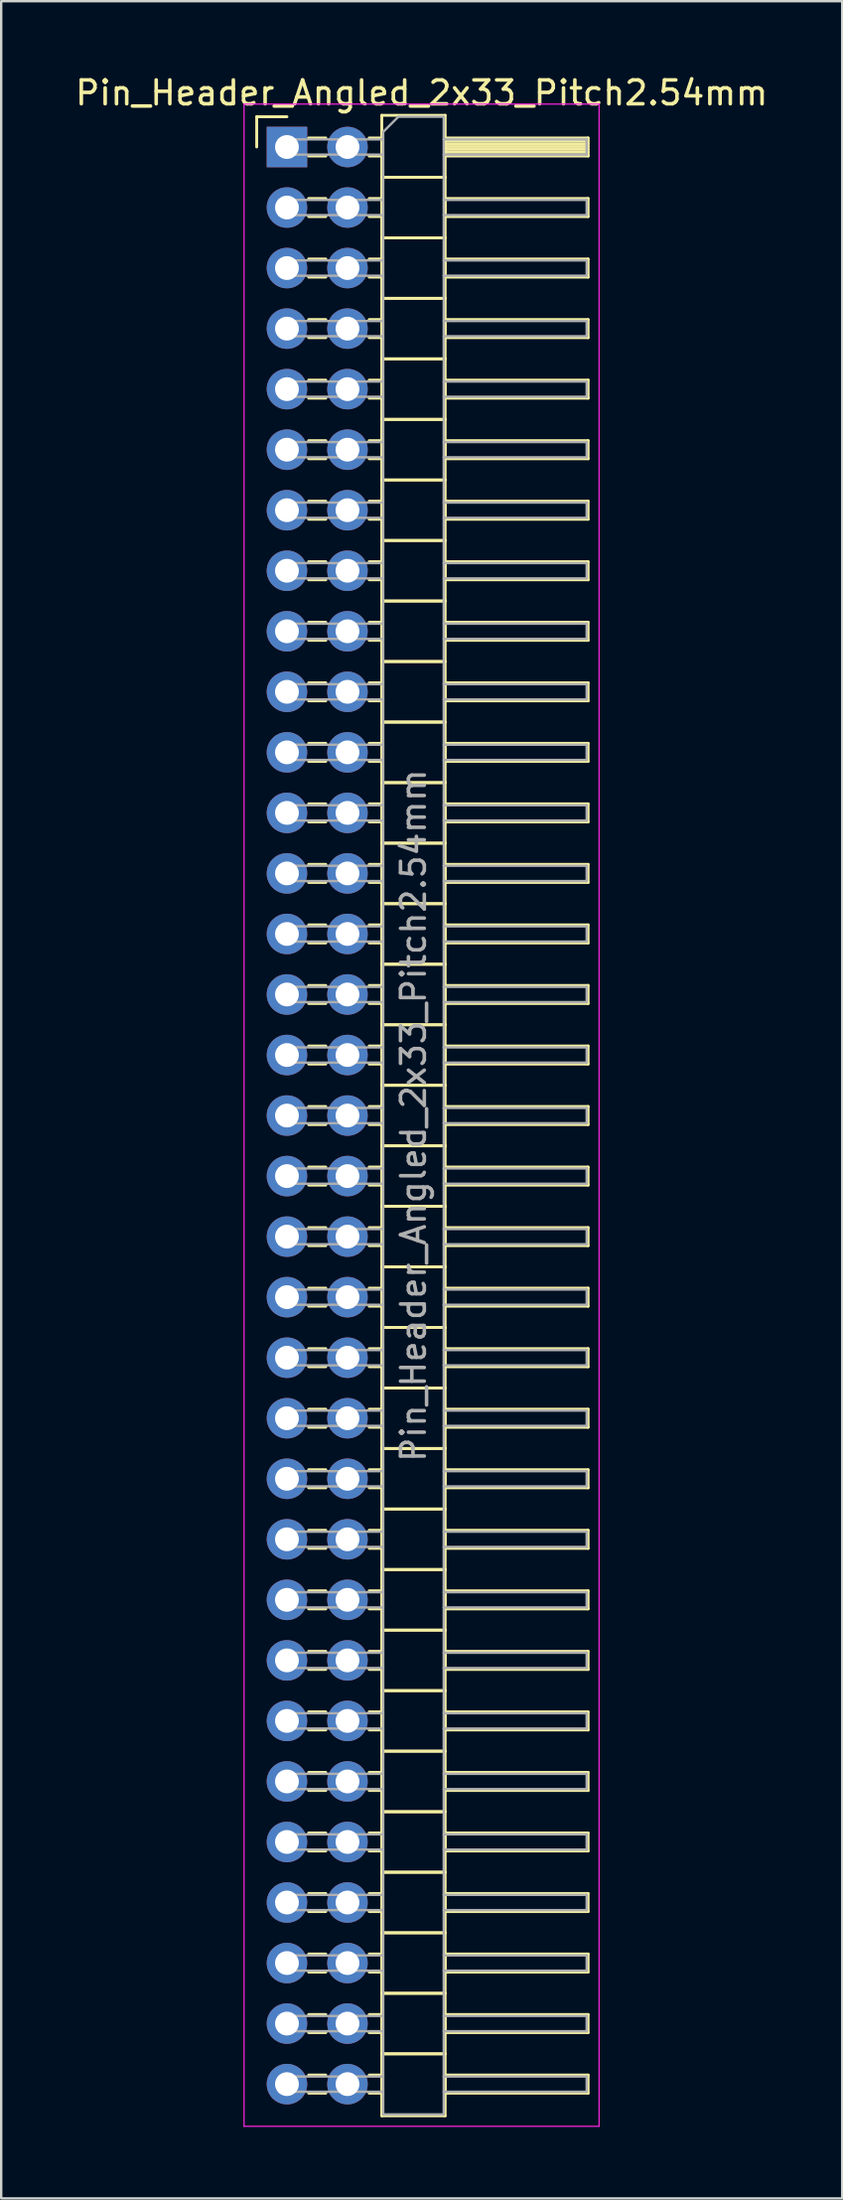
<source format=kicad_pcb>
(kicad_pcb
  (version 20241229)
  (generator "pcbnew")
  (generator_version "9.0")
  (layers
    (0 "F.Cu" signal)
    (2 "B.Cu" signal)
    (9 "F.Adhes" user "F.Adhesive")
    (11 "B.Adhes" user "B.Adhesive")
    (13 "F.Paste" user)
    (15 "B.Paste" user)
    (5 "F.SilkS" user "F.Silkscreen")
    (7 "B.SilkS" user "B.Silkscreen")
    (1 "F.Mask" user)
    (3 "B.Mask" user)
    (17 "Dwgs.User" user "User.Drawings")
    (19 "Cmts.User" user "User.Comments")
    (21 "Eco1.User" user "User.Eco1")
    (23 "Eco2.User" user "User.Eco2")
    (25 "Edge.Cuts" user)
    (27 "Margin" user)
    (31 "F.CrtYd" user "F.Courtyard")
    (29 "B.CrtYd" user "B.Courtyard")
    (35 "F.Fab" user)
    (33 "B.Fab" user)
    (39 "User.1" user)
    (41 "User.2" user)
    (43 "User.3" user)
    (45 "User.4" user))
  (footprint "Pin_Header_Angled_2x33_Pitch2.54mm"
    (layer "F.Cu")
    (at 8.994 3.118)
    (property "Reference" "Pin_Header_Angled_2x33_Pitch2.54mm" (at 5.655 -2.27 0) (layer "F.SilkS") (effects (font (size 1 1) (thickness 0.15))))
    (attr through_hole)
    (fp_line (start -1.27 -1.27) (end 0 -1.27) (stroke (width 0.12) (type solid)) (layer "F.SilkS"))
    (fp_line (start -1.27 0) (end -1.27 -1.27) (stroke (width 0.12) (type solid)) (layer "F.SilkS"))
    (fp_line (start 0.91 -0.38) (end 1.63 -0.38) (stroke (width 0.12) (type solid)) (layer "F.SilkS"))
    (fp_line (start 0.91 0.38) (end 1.63 0.38) (stroke (width 0.12) (type solid)) (layer "F.SilkS"))
    (fp_line (start 0.91 2.16) (end 1.63 2.16) (stroke (width 0.12) (type solid)) (layer "F.SilkS"))
    (fp_line (start 0.91 2.92) (end 1.63 2.92) (stroke (width 0.12) (type solid)) (layer "F.SilkS"))
    (fp_line (start 0.91 4.7) (end 1.63 4.7) (stroke (width 0.12) (type solid)) (layer "F.SilkS"))
    (fp_line (start 0.91 5.46) (end 1.63 5.46) (stroke (width 0.12) (type solid)) (layer "F.SilkS"))
    (fp_line (start 0.91 7.24) (end 1.63 7.24) (stroke (width 0.12) (type solid)) (layer "F.SilkS"))
    (fp_line (start 0.91 8) (end 1.63 8) (stroke (width 0.12) (type solid)) (layer "F.SilkS"))
    (fp_line (start 0.91 9.78) (end 1.63 9.78) (stroke (width 0.12) (type solid)) (layer "F.SilkS"))
    (fp_line (start 0.91 10.54) (end 1.63 10.54) (stroke (width 0.12) (type solid)) (layer "F.SilkS"))
    (fp_line (start 0.91 12.32) (end 1.63 12.32) (stroke (width 0.12) (type solid)) (layer "F.SilkS"))
    (fp_line (start 0.91 13.08) (end 1.63 13.08) (stroke (width 0.12) (type solid)) (layer "F.SilkS"))
    (fp_line (start 0.91 14.86) (end 1.63 14.86) (stroke (width 0.12) (type solid)) (layer "F.SilkS"))
    (fp_line (start 0.91 15.62) (end 1.63 15.62) (stroke (width 0.12) (type solid)) (layer "F.SilkS"))
    (fp_line (start 0.91 17.4) (end 1.63 17.4) (stroke (width 0.12) (type solid)) (layer "F.SilkS"))
    (fp_line (start 0.91 18.16) (end 1.63 18.16) (stroke (width 0.12) (type solid)) (layer "F.SilkS"))
    (fp_line (start 0.91 19.94) (end 1.63 19.94) (stroke (width 0.12) (type solid)) (layer "F.SilkS"))
    (fp_line (start 0.91 20.7) (end 1.63 20.7) (stroke (width 0.12) (type solid)) (layer "F.SilkS"))
    (fp_line (start 0.91 22.48) (end 1.63 22.48) (stroke (width 0.12) (type solid)) (layer "F.SilkS"))
    (fp_line (start 0.91 23.24) (end 1.63 23.24) (stroke (width 0.12) (type solid)) (layer "F.SilkS"))
    (fp_line (start 0.91 25.02) (end 1.63 25.02) (stroke (width 0.12) (type solid)) (layer "F.SilkS"))
    (fp_line (start 0.91 25.78) (end 1.63 25.78) (stroke (width 0.12) (type solid)) (layer "F.SilkS"))
    (fp_line (start 0.91 27.56) (end 1.63 27.56) (stroke (width 0.12) (type solid)) (layer "F.SilkS"))
    (fp_line (start 0.91 28.32) (end 1.63 28.32) (stroke (width 0.12) (type solid)) (layer "F.SilkS"))
    (fp_line (start 0.91 30.1) (end 1.63 30.1) (stroke (width 0.12) (type solid)) (layer "F.SilkS"))
    (fp_line (start 0.91 30.86) (end 1.63 30.86) (stroke (width 0.12) (type solid)) (layer "F.SilkS"))
    (fp_line (start 0.91 32.64) (end 1.63 32.64) (stroke (width 0.12) (type solid)) (layer "F.SilkS"))
    (fp_line (start 0.91 33.4) (end 1.63 33.4) (stroke (width 0.12) (type solid)) (layer "F.SilkS"))
    (fp_line (start 0.91 35.18) (end 1.63 35.18) (stroke (width 0.12) (type solid)) (layer "F.SilkS"))
    (fp_line (start 0.91 35.94) (end 1.63 35.94) (stroke (width 0.12) (type solid)) (layer "F.SilkS"))
    (fp_line (start 0.91 37.72) (end 1.63 37.72) (stroke (width 0.12) (type solid)) (layer "F.SilkS"))
    (fp_line (start 0.91 38.48) (end 1.63 38.48) (stroke (width 0.12) (type solid)) (layer "F.SilkS"))
    (fp_line (start 0.91 40.26) (end 1.63 40.26) (stroke (width 0.12) (type solid)) (layer "F.SilkS"))
    (fp_line (start 0.91 41.02) (end 1.63 41.02) (stroke (width 0.12) (type solid)) (layer "F.SilkS"))
    (fp_line (start 0.91 42.8) (end 1.63 42.8) (stroke (width 0.12) (type solid)) (layer "F.SilkS"))
    (fp_line (start 0.91 43.56) (end 1.63 43.56) (stroke (width 0.12) (type solid)) (layer "F.SilkS"))
    (fp_line (start 0.91 45.34) (end 1.63 45.34) (stroke (width 0.12) (type solid)) (layer "F.SilkS"))
    (fp_line (start 0.91 46.1) (end 1.63 46.1) (stroke (width 0.12) (type solid)) (layer "F.SilkS"))
    (fp_line (start 0.91 47.88) (end 1.63 47.88) (stroke (width 0.12) (type solid)) (layer "F.SilkS"))
    (fp_line (start 0.91 48.64) (end 1.63 48.64) (stroke (width 0.12) (type solid)) (layer "F.SilkS"))
    (fp_line (start 0.91 50.42) (end 1.63 50.42) (stroke (width 0.12) (type solid)) (layer "F.SilkS"))
    (fp_line (start 0.91 51.18) (end 1.63 51.18) (stroke (width 0.12) (type solid)) (layer "F.SilkS"))
    (fp_line (start 0.91 52.96) (end 1.63 52.96) (stroke (width 0.12) (type solid)) (layer "F.SilkS"))
    (fp_line (start 0.91 53.72) (end 1.63 53.72) (stroke (width 0.12) (type solid)) (layer "F.SilkS"))
    (fp_line (start 0.91 55.5) (end 1.63 55.5) (stroke (width 0.12) (type solid)) (layer "F.SilkS"))
    (fp_line (start 0.91 56.26) (end 1.63 56.26) (stroke (width 0.12) (type solid)) (layer "F.SilkS"))
    (fp_line (start 0.91 58.04) (end 1.63 58.04) (stroke (width 0.12) (type solid)) (layer "F.SilkS"))
    (fp_line (start 0.91 58.8) (end 1.63 58.8) (stroke (width 0.12) (type solid)) (layer "F.SilkS"))
    (fp_line (start 0.91 60.58) (end 1.63 60.58) (stroke (width 0.12) (type solid)) (layer "F.SilkS"))
    (fp_line (start 0.91 61.34) (end 1.63 61.34) (stroke (width 0.12) (type solid)) (layer "F.SilkS"))
    (fp_line (start 0.91 63.12) (end 1.63 63.12) (stroke (width 0.12) (type solid)) (layer "F.SilkS"))
    (fp_line (start 0.91 63.88) (end 1.63 63.88) (stroke (width 0.12) (type solid)) (layer "F.SilkS"))
    (fp_line (start 0.91 65.66) (end 1.63 65.66) (stroke (width 0.12) (type solid)) (layer "F.SilkS"))
    (fp_line (start 0.91 66.42) (end 1.63 66.42) (stroke (width 0.12) (type solid)) (layer "F.SilkS"))
    (fp_line (start 0.91 68.2) (end 1.63 68.2) (stroke (width 0.12) (type solid)) (layer "F.SilkS"))
    (fp_line (start 0.91 68.96) (end 1.63 68.96) (stroke (width 0.12) (type solid)) (layer "F.SilkS"))
    (fp_line (start 0.91 70.74) (end 1.63 70.74) (stroke (width 0.12) (type solid)) (layer "F.SilkS"))
    (fp_line (start 0.91 71.5) (end 1.63 71.5) (stroke (width 0.12) (type solid)) (layer "F.SilkS"))
    (fp_line (start 0.91 73.28) (end 1.63 73.28) (stroke (width 0.12) (type solid)) (layer "F.SilkS"))
    (fp_line (start 0.91 74.04) (end 1.63 74.04) (stroke (width 0.12) (type solid)) (layer "F.SilkS"))
    (fp_line (start 0.91 75.82) (end 1.63 75.82) (stroke (width 0.12) (type solid)) (layer "F.SilkS"))
    (fp_line (start 0.91 76.58) (end 1.63 76.58) (stroke (width 0.12) (type solid)) (layer "F.SilkS"))
    (fp_line (start 0.91 78.36) (end 1.63 78.36) (stroke (width 0.12) (type solid)) (layer "F.SilkS"))
    (fp_line (start 0.91 79.12) (end 1.63 79.12) (stroke (width 0.12) (type solid)) (layer "F.SilkS"))
    (fp_line (start 0.91 80.9) (end 1.63 80.9) (stroke (width 0.12) (type solid)) (layer "F.SilkS"))
    (fp_line (start 0.91 81.66) (end 1.63 81.66) (stroke (width 0.12) (type solid)) (layer "F.SilkS"))
    (fp_line (start 3.45 -0.38) (end 3.98 -0.38) (stroke (width 0.12) (type solid)) (layer "F.SilkS"))
    (fp_line (start 3.45 0.38) (end 3.98 0.38) (stroke (width 0.12) (type solid)) (layer "F.SilkS"))
    (fp_line (start 3.45 2.16) (end 3.98 2.16) (stroke (width 0.12) (type solid)) (layer "F.SilkS"))
    (fp_line (start 3.45 2.92) (end 3.98 2.92) (stroke (width 0.12) (type solid)) (layer "F.SilkS"))
    (fp_line (start 3.45 4.7) (end 3.98 4.7) (stroke (width 0.12) (type solid)) (layer "F.SilkS"))
    (fp_line (start 3.45 5.46) (end 3.98 5.46) (stroke (width 0.12) (type solid)) (layer "F.SilkS"))
    (fp_line (start 3.45 7.24) (end 3.98 7.24) (stroke (width 0.12) (type solid)) (layer "F.SilkS"))
    (fp_line (start 3.45 8) (end 3.98 8) (stroke (width 0.12) (type solid)) (layer "F.SilkS"))
    (fp_line (start 3.45 9.78) (end 3.98 9.78) (stroke (width 0.12) (type solid)) (layer "F.SilkS"))
    (fp_line (start 3.45 10.54) (end 3.98 10.54) (stroke (width 0.12) (type solid)) (layer "F.SilkS"))
    (fp_line (start 3.45 12.32) (end 3.98 12.32) (stroke (width 0.12) (type solid)) (layer "F.SilkS"))
    (fp_line (start 3.45 13.08) (end 3.98 13.08) (stroke (width 0.12) (type solid)) (layer "F.SilkS"))
    (fp_line (start 3.45 14.86) (end 3.98 14.86) (stroke (width 0.12) (type solid)) (layer "F.SilkS"))
    (fp_line (start 3.45 15.62) (end 3.98 15.62) (stroke (width 0.12) (type solid)) (layer "F.SilkS"))
    (fp_line (start 3.45 17.4) (end 3.98 17.4) (stroke (width 0.12) (type solid)) (layer "F.SilkS"))
    (fp_line (start 3.45 18.16) (end 3.98 18.16) (stroke (width 0.12) (type solid)) (layer "F.SilkS"))
    (fp_line (start 3.45 19.94) (end 3.98 19.94) (stroke (width 0.12) (type solid)) (layer "F.SilkS"))
    (fp_line (start 3.45 20.7) (end 3.98 20.7) (stroke (width 0.12) (type solid)) (layer "F.SilkS"))
    (fp_line (start 3.45 22.48) (end 3.98 22.48) (stroke (width 0.12) (type solid)) (layer "F.SilkS"))
    (fp_line (start 3.45 23.24) (end 3.98 23.24) (stroke (width 0.12) (type solid)) (layer "F.SilkS"))
    (fp_line (start 3.45 25.02) (end 3.98 25.02) (stroke (width 0.12) (type solid)) (layer "F.SilkS"))
    (fp_line (start 3.45 25.78) (end 3.98 25.78) (stroke (width 0.12) (type solid)) (layer "F.SilkS"))
    (fp_line (start 3.45 27.56) (end 3.98 27.56) (stroke (width 0.12) (type solid)) (layer "F.SilkS"))
    (fp_line (start 3.45 28.32) (end 3.98 28.32) (stroke (width 0.12) (type solid)) (layer "F.SilkS"))
    (fp_line (start 3.45 30.1) (end 3.98 30.1) (stroke (width 0.12) (type solid)) (layer "F.SilkS"))
    (fp_line (start 3.45 30.86) (end 3.98 30.86) (stroke (width 0.12) (type solid)) (layer "F.SilkS"))
    (fp_line (start 3.45 32.64) (end 3.98 32.64) (stroke (width 0.12) (type solid)) (layer "F.SilkS"))
    (fp_line (start 3.45 33.4) (end 3.98 33.4) (stroke (width 0.12) (type solid)) (layer "F.SilkS"))
    (fp_line (start 3.45 35.18) (end 3.98 35.18) (stroke (width 0.12) (type solid)) (layer "F.SilkS"))
    (fp_line (start 3.45 35.94) (end 3.98 35.94) (stroke (width 0.12) (type solid)) (layer "F.SilkS"))
    (fp_line (start 3.45 37.72) (end 3.98 37.72) (stroke (width 0.12) (type solid)) (layer "F.SilkS"))
    (fp_line (start 3.45 38.48) (end 3.98 38.48) (stroke (width 0.12) (type solid)) (layer "F.SilkS"))
    (fp_line (start 3.45 40.26) (end 3.98 40.26) (stroke (width 0.12) (type solid)) (layer "F.SilkS"))
    (fp_line (start 3.45 41.02) (end 3.98 41.02) (stroke (width 0.12) (type solid)) (layer "F.SilkS"))
    (fp_line (start 3.45 42.8) (end 3.98 42.8) (stroke (width 0.12) (type solid)) (layer "F.SilkS"))
    (fp_line (start 3.45 43.56) (end 3.98 43.56) (stroke (width 0.12) (type solid)) (layer "F.SilkS"))
    (fp_line (start 3.45 45.34) (end 3.98 45.34) (stroke (width 0.12) (type solid)) (layer "F.SilkS"))
    (fp_line (start 3.45 46.1) (end 3.98 46.1) (stroke (width 0.12) (type solid)) (layer "F.SilkS"))
    (fp_line (start 3.45 47.88) (end 3.98 47.88) (stroke (width 0.12) (type solid)) (layer "F.SilkS"))
    (fp_line (start 3.45 48.64) (end 3.98 48.64) (stroke (width 0.12) (type solid)) (layer "F.SilkS"))
    (fp_line (start 3.45 50.42) (end 3.98 50.42) (stroke (width 0.12) (type solid)) (layer "F.SilkS"))
    (fp_line (start 3.45 51.18) (end 3.98 51.18) (stroke (width 0.12) (type solid)) (layer "F.SilkS"))
    (fp_line (start 3.45 52.96) (end 3.98 52.96) (stroke (width 0.12) (type solid)) (layer "F.SilkS"))
    (fp_line (start 3.45 53.72) (end 3.98 53.72) (stroke (width 0.12) (type solid)) (layer "F.SilkS"))
    (fp_line (start 3.45 55.5) (end 3.98 55.5) (stroke (width 0.12) (type solid)) (layer "F.SilkS"))
    (fp_line (start 3.45 56.26) (end 3.98 56.26) (stroke (width 0.12) (type solid)) (layer "F.SilkS"))
    (fp_line (start 3.45 58.04) (end 3.98 58.04) (stroke (width 0.12) (type solid)) (layer "F.SilkS"))
    (fp_line (start 3.45 58.8) (end 3.98 58.8) (stroke (width 0.12) (type solid)) (layer "F.SilkS"))
    (fp_line (start 3.45 60.58) (end 3.98 60.58) (stroke (width 0.12) (type solid)) (layer "F.SilkS"))
    (fp_line (start 3.45 61.34) (end 3.98 61.34) (stroke (width 0.12) (type solid)) (layer "F.SilkS"))
    (fp_line (start 3.45 63.12) (end 3.98 63.12) (stroke (width 0.12) (type solid)) (layer "F.SilkS"))
    (fp_line (start 3.45 63.88) (end 3.98 63.88) (stroke (width 0.12) (type solid)) (layer "F.SilkS"))
    (fp_line (start 3.45 65.66) (end 3.98 65.66) (stroke (width 0.12) (type solid)) (layer "F.SilkS"))
    (fp_line (start 3.45 66.42) (end 3.98 66.42) (stroke (width 0.12) (type solid)) (layer "F.SilkS"))
    (fp_line (start 3.45 68.2) (end 3.98 68.2) (stroke (width 0.12) (type solid)) (layer "F.SilkS"))
    (fp_line (start 3.45 68.96) (end 3.98 68.96) (stroke (width 0.12) (type solid)) (layer "F.SilkS"))
    (fp_line (start 3.45 70.74) (end 3.98 70.74) (stroke (width 0.12) (type solid)) (layer "F.SilkS"))
    (fp_line (start 3.45 71.5) (end 3.98 71.5) (stroke (width 0.12) (type solid)) (layer "F.SilkS"))
    (fp_line (start 3.45 73.28) (end 3.98 73.28) (stroke (width 0.12) (type solid)) (layer "F.SilkS"))
    (fp_line (start 3.45 74.04) (end 3.98 74.04) (stroke (width 0.12) (type solid)) (layer "F.SilkS"))
    (fp_line (start 3.45 75.82) (end 3.98 75.82) (stroke (width 0.12) (type solid)) (layer "F.SilkS"))
    (fp_line (start 3.45 76.58) (end 3.98 76.58) (stroke (width 0.12) (type solid)) (layer "F.SilkS"))
    (fp_line (start 3.45 78.36) (end 3.98 78.36) (stroke (width 0.12) (type solid)) (layer "F.SilkS"))
    (fp_line (start 3.45 79.12) (end 3.98 79.12) (stroke (width 0.12) (type solid)) (layer "F.SilkS"))
    (fp_line (start 3.45 80.9) (end 3.98 80.9) (stroke (width 0.12) (type solid)) (layer "F.SilkS"))
    (fp_line (start 3.45 81.66) (end 3.98 81.66) (stroke (width 0.12) (type solid)) (layer "F.SilkS"))
    (fp_line (start 3.98 -1.33) (end 3.98 1.27) (stroke (width 0.12) (type solid)) (layer "F.SilkS"))
    (fp_line (start 3.98 1.27) (end 3.98 3.81) (stroke (width 0.12) (type solid)) (layer "F.SilkS"))
    (fp_line (start 3.98 1.27) (end 6.64 1.27) (stroke (width 0.12) (type solid)) (layer "F.SilkS"))
    (fp_line (start 3.98 3.81) (end 3.98 6.35) (stroke (width 0.12) (type solid)) (layer "F.SilkS"))
    (fp_line (start 3.98 3.81) (end 6.64 3.81) (stroke (width 0.12) (type solid)) (layer "F.SilkS"))
    (fp_line (start 3.98 6.35) (end 3.98 8.89) (stroke (width 0.12) (type solid)) (layer "F.SilkS"))
    (fp_line (start 3.98 6.35) (end 6.64 6.35) (stroke (width 0.12) (type solid)) (layer "F.SilkS"))
    (fp_line (start 3.98 8.89) (end 3.98 11.43) (stroke (width 0.12) (type solid)) (layer "F.SilkS"))
    (fp_line (start 3.98 8.89) (end 6.64 8.89) (stroke (width 0.12) (type solid)) (layer "F.SilkS"))
    (fp_line (start 3.98 11.43) (end 3.98 13.97) (stroke (width 0.12) (type solid)) (layer "F.SilkS"))
    (fp_line (start 3.98 11.43) (end 6.64 11.43) (stroke (width 0.12) (type solid)) (layer "F.SilkS"))
    (fp_line (start 3.98 13.97) (end 3.98 16.51) (stroke (width 0.12) (type solid)) (layer "F.SilkS"))
    (fp_line (start 3.98 13.97) (end 6.64 13.97) (stroke (width 0.12) (type solid)) (layer "F.SilkS"))
    (fp_line (start 3.98 16.51) (end 3.98 19.05) (stroke (width 0.12) (type solid)) (layer "F.SilkS"))
    (fp_line (start 3.98 16.51) (end 6.64 16.51) (stroke (width 0.12) (type solid)) (layer "F.SilkS"))
    (fp_line (start 3.98 19.05) (end 3.98 21.59) (stroke (width 0.12) (type solid)) (layer "F.SilkS"))
    (fp_line (start 3.98 19.05) (end 6.64 19.05) (stroke (width 0.12) (type solid)) (layer "F.SilkS"))
    (fp_line (start 3.98 21.59) (end 3.98 24.13) (stroke (width 0.12) (type solid)) (layer "F.SilkS"))
    (fp_line (start 3.98 21.59) (end 6.64 21.59) (stroke (width 0.12) (type solid)) (layer "F.SilkS"))
    (fp_line (start 3.98 24.13) (end 3.98 26.67) (stroke (width 0.12) (type solid)) (layer "F.SilkS"))
    (fp_line (start 3.98 24.13) (end 6.64 24.13) (stroke (width 0.12) (type solid)) (layer "F.SilkS"))
    (fp_line (start 3.98 26.67) (end 3.98 29.21) (stroke (width 0.12) (type solid)) (layer "F.SilkS"))
    (fp_line (start 3.98 26.67) (end 6.64 26.67) (stroke (width 0.12) (type solid)) (layer "F.SilkS"))
    (fp_line (start 3.98 29.21) (end 3.98 31.75) (stroke (width 0.12) (type solid)) (layer "F.SilkS"))
    (fp_line (start 3.98 29.21) (end 6.64 29.21) (stroke (width 0.12) (type solid)) (layer "F.SilkS"))
    (fp_line (start 3.98 31.75) (end 3.98 34.29) (stroke (width 0.12) (type solid)) (layer "F.SilkS"))
    (fp_line (start 3.98 31.75) (end 6.64 31.75) (stroke (width 0.12) (type solid)) (layer "F.SilkS"))
    (fp_line (start 3.98 34.29) (end 3.98 36.83) (stroke (width 0.12) (type solid)) (layer "F.SilkS"))
    (fp_line (start 3.98 34.29) (end 6.64 34.29) (stroke (width 0.12) (type solid)) (layer "F.SilkS"))
    (fp_line (start 3.98 36.83) (end 3.98 39.37) (stroke (width 0.12) (type solid)) (layer "F.SilkS"))
    (fp_line (start 3.98 36.83) (end 6.64 36.83) (stroke (width 0.12) (type solid)) (layer "F.SilkS"))
    (fp_line (start 3.98 39.37) (end 3.98 41.91) (stroke (width 0.12) (type solid)) (layer "F.SilkS"))
    (fp_line (start 3.98 39.37) (end 6.64 39.37) (stroke (width 0.12) (type solid)) (layer "F.SilkS"))
    (fp_line (start 3.98 41.91) (end 3.98 44.45) (stroke (width 0.12) (type solid)) (layer "F.SilkS"))
    (fp_line (start 3.98 41.91) (end 6.64 41.91) (stroke (width 0.12) (type solid)) (layer "F.SilkS"))
    (fp_line (start 3.98 44.45) (end 3.98 46.99) (stroke (width 0.12) (type solid)) (layer "F.SilkS"))
    (fp_line (start 3.98 44.45) (end 6.64 44.45) (stroke (width 0.12) (type solid)) (layer "F.SilkS"))
    (fp_line (start 3.98 46.99) (end 3.98 49.53) (stroke (width 0.12) (type solid)) (layer "F.SilkS"))
    (fp_line (start 3.98 46.99) (end 6.64 46.99) (stroke (width 0.12) (type solid)) (layer "F.SilkS"))
    (fp_line (start 3.98 49.53) (end 3.98 52.07) (stroke (width 0.12) (type solid)) (layer "F.SilkS"))
    (fp_line (start 3.98 49.53) (end 6.64 49.53) (stroke (width 0.12) (type solid)) (layer "F.SilkS"))
    (fp_line (start 3.98 52.07) (end 3.98 54.61) (stroke (width 0.12) (type solid)) (layer "F.SilkS"))
    (fp_line (start 3.98 52.07) (end 6.64 52.07) (stroke (width 0.12) (type solid)) (layer "F.SilkS"))
    (fp_line (start 3.98 54.61) (end 3.98 57.15) (stroke (width 0.12) (type solid)) (layer "F.SilkS"))
    (fp_line (start 3.98 54.61) (end 6.64 54.61) (stroke (width 0.12) (type solid)) (layer "F.SilkS"))
    (fp_line (start 3.98 57.15) (end 3.98 59.69) (stroke (width 0.12) (type solid)) (layer "F.SilkS"))
    (fp_line (start 3.98 57.15) (end 6.64 57.15) (stroke (width 0.12) (type solid)) (layer "F.SilkS"))
    (fp_line (start 3.98 59.69) (end 3.98 62.23) (stroke (width 0.12) (type solid)) (layer "F.SilkS"))
    (fp_line (start 3.98 59.69) (end 6.64 59.69) (stroke (width 0.12) (type solid)) (layer "F.SilkS"))
    (fp_line (start 3.98 62.23) (end 3.98 64.77) (stroke (width 0.12) (type solid)) (layer "F.SilkS"))
    (fp_line (start 3.98 62.23) (end 6.64 62.23) (stroke (width 0.12) (type solid)) (layer "F.SilkS"))
    (fp_line (start 3.98 64.77) (end 3.98 67.31) (stroke (width 0.12) (type solid)) (layer "F.SilkS"))
    (fp_line (start 3.98 64.77) (end 6.64 64.77) (stroke (width 0.12) (type solid)) (layer "F.SilkS"))
    (fp_line (start 3.98 67.31) (end 3.98 69.85) (stroke (width 0.12) (type solid)) (layer "F.SilkS"))
    (fp_line (start 3.98 67.31) (end 6.64 67.31) (stroke (width 0.12) (type solid)) (layer "F.SilkS"))
    (fp_line (start 3.98 69.85) (end 3.98 72.39) (stroke (width 0.12) (type solid)) (layer "F.SilkS"))
    (fp_line (start 3.98 69.85) (end 6.64 69.85) (stroke (width 0.12) (type solid)) (layer "F.SilkS"))
    (fp_line (start 3.98 72.39) (end 3.98 74.93) (stroke (width 0.12) (type solid)) (layer "F.SilkS"))
    (fp_line (start 3.98 72.39) (end 6.64 72.39) (stroke (width 0.12) (type solid)) (layer "F.SilkS"))
    (fp_line (start 3.98 74.93) (end 3.98 77.47) (stroke (width 0.12) (type solid)) (layer "F.SilkS"))
    (fp_line (start 3.98 74.93) (end 6.64 74.93) (stroke (width 0.12) (type solid)) (layer "F.SilkS"))
    (fp_line (start 3.98 77.47) (end 3.98 80.01) (stroke (width 0.12) (type solid)) (layer "F.SilkS"))
    (fp_line (start 3.98 77.47) (end 6.64 77.47) (stroke (width 0.12) (type solid)) (layer "F.SilkS"))
    (fp_line (start 3.98 80.01) (end 3.98 82.61) (stroke (width 0.12) (type solid)) (layer "F.SilkS"))
    (fp_line (start 3.98 80.01) (end 6.64 80.01) (stroke (width 0.12) (type solid)) (layer "F.SilkS"))
    (fp_line (start 3.98 82.61) (end 6.64 82.61) (stroke (width 0.12) (type solid)) (layer "F.SilkS"))
    (fp_line (start 6.64 -1.33) (end 3.98 -1.33) (stroke (width 0.12) (type solid)) (layer "F.SilkS"))
    (fp_line (start 6.64 -0.38) (end 6.64 0.38) (stroke (width 0.12) (type solid)) (layer "F.SilkS"))
    (fp_line (start 6.64 -0.26) (end 12.64 -0.26) (stroke (width 0.12) (type solid)) (layer "F.SilkS"))
    (fp_line (start 6.64 -0.14) (end 12.64 -0.14) (stroke (width 0.12) (type solid)) (layer "F.SilkS"))
    (fp_line (start 6.64 -0.02) (end 12.64 -0.02) (stroke (width 0.12) (type solid)) (layer "F.SilkS"))
    (fp_line (start 6.64 0.1) (end 12.64 0.1) (stroke (width 0.12) (type solid)) (layer "F.SilkS"))
    (fp_line (start 6.64 0.22) (end 12.64 0.22) (stroke (width 0.12) (type solid)) (layer "F.SilkS"))
    (fp_line (start 6.64 0.34) (end 12.64 0.34) (stroke (width 0.12) (type solid)) (layer "F.SilkS"))
    (fp_line (start 6.64 0.38) (end 12.64 0.38) (stroke (width 0.12) (type solid)) (layer "F.SilkS"))
    (fp_line (start 6.64 1.27) (end 3.98 1.27) (stroke (width 0.12) (type solid)) (layer "F.SilkS"))
    (fp_line (start 6.64 1.27) (end 6.64 -1.33) (stroke (width 0.12) (type solid)) (layer "F.SilkS"))
    (fp_line (start 6.64 2.16) (end 6.64 2.92) (stroke (width 0.12) (type solid)) (layer "F.SilkS"))
    (fp_line (start 6.64 2.92) (end 12.64 2.92) (stroke (width 0.12) (type solid)) (layer "F.SilkS"))
    (fp_line (start 6.64 3.81) (end 3.98 3.81) (stroke (width 0.12) (type solid)) (layer "F.SilkS"))
    (fp_line (start 6.64 3.81) (end 6.64 1.27) (stroke (width 0.12) (type solid)) (layer "F.SilkS"))
    (fp_line (start 6.64 4.7) (end 6.64 5.46) (stroke (width 0.12) (type solid)) (layer "F.SilkS"))
    (fp_line (start 6.64 5.46) (end 12.64 5.46) (stroke (width 0.12) (type solid)) (layer "F.SilkS"))
    (fp_line (start 6.64 6.35) (end 3.98 6.35) (stroke (width 0.12) (type solid)) (layer "F.SilkS"))
    (fp_line (start 6.64 6.35) (end 6.64 3.81) (stroke (width 0.12) (type solid)) (layer "F.SilkS"))
    (fp_line (start 6.64 7.24) (end 6.64 8) (stroke (width 0.12) (type solid)) (layer "F.SilkS"))
    (fp_line (start 6.64 8) (end 12.64 8) (stroke (width 0.12) (type solid)) (layer "F.SilkS"))
    (fp_line (start 6.64 8.89) (end 3.98 8.89) (stroke (width 0.12) (type solid)) (layer "F.SilkS"))
    (fp_line (start 6.64 8.89) (end 6.64 6.35) (stroke (width 0.12) (type solid)) (layer "F.SilkS"))
    (fp_line (start 6.64 9.78) (end 6.64 10.54) (stroke (width 0.12) (type solid)) (layer "F.SilkS"))
    (fp_line (start 6.64 10.54) (end 12.64 10.54) (stroke (width 0.12) (type solid)) (layer "F.SilkS"))
    (fp_line (start 6.64 11.43) (end 3.98 11.43) (stroke (width 0.12) (type solid)) (layer "F.SilkS"))
    (fp_line (start 6.64 11.43) (end 6.64 8.89) (stroke (width 0.12) (type solid)) (layer "F.SilkS"))
    (fp_line (start 6.64 12.32) (end 6.64 13.08) (stroke (width 0.12) (type solid)) (layer "F.SilkS"))
    (fp_line (start 6.64 13.08) (end 12.64 13.08) (stroke (width 0.12) (type solid)) (layer "F.SilkS"))
    (fp_line (start 6.64 13.97) (end 3.98 13.97) (stroke (width 0.12) (type solid)) (layer "F.SilkS"))
    (fp_line (start 6.64 13.97) (end 6.64 11.43) (stroke (width 0.12) (type solid)) (layer "F.SilkS"))
    (fp_line (start 6.64 14.86) (end 6.64 15.62) (stroke (width 0.12) (type solid)) (layer "F.SilkS"))
    (fp_line (start 6.64 15.62) (end 12.64 15.62) (stroke (width 0.12) (type solid)) (layer "F.SilkS"))
    (fp_line (start 6.64 16.51) (end 3.98 16.51) (stroke (width 0.12) (type solid)) (layer "F.SilkS"))
    (fp_line (start 6.64 16.51) (end 6.64 13.97) (stroke (width 0.12) (type solid)) (layer "F.SilkS"))
    (fp_line (start 6.64 17.4) (end 6.64 18.16) (stroke (width 0.12) (type solid)) (layer "F.SilkS"))
    (fp_line (start 6.64 18.16) (end 12.64 18.16) (stroke (width 0.12) (type solid)) (layer "F.SilkS"))
    (fp_line (start 6.64 19.05) (end 3.98 19.05) (stroke (width 0.12) (type solid)) (layer "F.SilkS"))
    (fp_line (start 6.64 19.05) (end 6.64 16.51) (stroke (width 0.12) (type solid)) (layer "F.SilkS"))
    (fp_line (start 6.64 19.94) (end 6.64 20.7) (stroke (width 0.12) (type solid)) (layer "F.SilkS"))
    (fp_line (start 6.64 20.7) (end 12.64 20.7) (stroke (width 0.12) (type solid)) (layer "F.SilkS"))
    (fp_line (start 6.64 21.59) (end 3.98 21.59) (stroke (width 0.12) (type solid)) (layer "F.SilkS"))
    (fp_line (start 6.64 21.59) (end 6.64 19.05) (stroke (width 0.12) (type solid)) (layer "F.SilkS"))
    (fp_line (start 6.64 22.48) (end 6.64 23.24) (stroke (width 0.12) (type solid)) (layer "F.SilkS"))
    (fp_line (start 6.64 23.24) (end 12.64 23.24) (stroke (width 0.12) (type solid)) (layer "F.SilkS"))
    (fp_line (start 6.64 24.13) (end 3.98 24.13) (stroke (width 0.12) (type solid)) (layer "F.SilkS"))
    (fp_line (start 6.64 24.13) (end 6.64 21.59) (stroke (width 0.12) (type solid)) (layer "F.SilkS"))
    (fp_line (start 6.64 25.02) (end 6.64 25.78) (stroke (width 0.12) (type solid)) (layer "F.SilkS"))
    (fp_line (start 6.64 25.78) (end 12.64 25.78) (stroke (width 0.12) (type solid)) (layer "F.SilkS"))
    (fp_line (start 6.64 26.67) (end 3.98 26.67) (stroke (width 0.12) (type solid)) (layer "F.SilkS"))
    (fp_line (start 6.64 26.67) (end 6.64 24.13) (stroke (width 0.12) (type solid)) (layer "F.SilkS"))
    (fp_line (start 6.64 27.56) (end 6.64 28.32) (stroke (width 0.12) (type solid)) (layer "F.SilkS"))
    (fp_line (start 6.64 28.32) (end 12.64 28.32) (stroke (width 0.12) (type solid)) (layer "F.SilkS"))
    (fp_line (start 6.64 29.21) (end 3.98 29.21) (stroke (width 0.12) (type solid)) (layer "F.SilkS"))
    (fp_line (start 6.64 29.21) (end 6.64 26.67) (stroke (width 0.12) (type solid)) (layer "F.SilkS"))
    (fp_line (start 6.64 30.1) (end 6.64 30.86) (stroke (width 0.12) (type solid)) (layer "F.SilkS"))
    (fp_line (start 6.64 30.86) (end 12.64 30.86) (stroke (width 0.12) (type solid)) (layer "F.SilkS"))
    (fp_line (start 6.64 31.75) (end 3.98 31.75) (stroke (width 0.12) (type solid)) (layer "F.SilkS"))
    (fp_line (start 6.64 31.75) (end 6.64 29.21) (stroke (width 0.12) (type solid)) (layer "F.SilkS"))
    (fp_line (start 6.64 32.64) (end 6.64 33.4) (stroke (width 0.12) (type solid)) (layer "F.SilkS"))
    (fp_line (start 6.64 33.4) (end 12.64 33.4) (stroke (width 0.12) (type solid)) (layer "F.SilkS"))
    (fp_line (start 6.64 34.29) (end 3.98 34.29) (stroke (width 0.12) (type solid)) (layer "F.SilkS"))
    (fp_line (start 6.64 34.29) (end 6.64 31.75) (stroke (width 0.12) (type solid)) (layer "F.SilkS"))
    (fp_line (start 6.64 35.18) (end 6.64 35.94) (stroke (width 0.12) (type solid)) (layer "F.SilkS"))
    (fp_line (start 6.64 35.94) (end 12.64 35.94) (stroke (width 0.12) (type solid)) (layer "F.SilkS"))
    (fp_line (start 6.64 36.83) (end 3.98 36.83) (stroke (width 0.12) (type solid)) (layer "F.SilkS"))
    (fp_line (start 6.64 36.83) (end 6.64 34.29) (stroke (width 0.12) (type solid)) (layer "F.SilkS"))
    (fp_line (start 6.64 37.72) (end 6.64 38.48) (stroke (width 0.12) (type solid)) (layer "F.SilkS"))
    (fp_line (start 6.64 38.48) (end 12.64 38.48) (stroke (width 0.12) (type solid)) (layer "F.SilkS"))
    (fp_line (start 6.64 39.37) (end 3.98 39.37) (stroke (width 0.12) (type solid)) (layer "F.SilkS"))
    (fp_line (start 6.64 39.37) (end 6.64 36.83) (stroke (width 0.12) (type solid)) (layer "F.SilkS"))
    (fp_line (start 6.64 40.26) (end 6.64 41.02) (stroke (width 0.12) (type solid)) (layer "F.SilkS"))
    (fp_line (start 6.64 41.02) (end 12.64 41.02) (stroke (width 0.12) (type solid)) (layer "F.SilkS"))
    (fp_line (start 6.64 41.91) (end 3.98 41.91) (stroke (width 0.12) (type solid)) (layer "F.SilkS"))
    (fp_line (start 6.64 41.91) (end 6.64 39.37) (stroke (width 0.12) (type solid)) (layer "F.SilkS"))
    (fp_line (start 6.64 42.8) (end 6.64 43.56) (stroke (width 0.12) (type solid)) (layer "F.SilkS"))
    (fp_line (start 6.64 43.56) (end 12.64 43.56) (stroke (width 0.12) (type solid)) (layer "F.SilkS"))
    (fp_line (start 6.64 44.45) (end 3.98 44.45) (stroke (width 0.12) (type solid)) (layer "F.SilkS"))
    (fp_line (start 6.64 44.45) (end 6.64 41.91) (stroke (width 0.12) (type solid)) (layer "F.SilkS"))
    (fp_line (start 6.64 45.34) (end 6.64 46.1) (stroke (width 0.12) (type solid)) (layer "F.SilkS"))
    (fp_line (start 6.64 46.1) (end 12.64 46.1) (stroke (width 0.12) (type solid)) (layer "F.SilkS"))
    (fp_line (start 6.64 46.99) (end 3.98 46.99) (stroke (width 0.12) (type solid)) (layer "F.SilkS"))
    (fp_line (start 6.64 46.99) (end 6.64 44.45) (stroke (width 0.12) (type solid)) (layer "F.SilkS"))
    (fp_line (start 6.64 47.88) (end 6.64 48.64) (stroke (width 0.12) (type solid)) (layer "F.SilkS"))
    (fp_line (start 6.64 48.64) (end 12.64 48.64) (stroke (width 0.12) (type solid)) (layer "F.SilkS"))
    (fp_line (start 6.64 49.53) (end 3.98 49.53) (stroke (width 0.12) (type solid)) (layer "F.SilkS"))
    (fp_line (start 6.64 49.53) (end 6.64 46.99) (stroke (width 0.12) (type solid)) (layer "F.SilkS"))
    (fp_line (start 6.64 50.42) (end 6.64 51.18) (stroke (width 0.12) (type solid)) (layer "F.SilkS"))
    (fp_line (start 6.64 51.18) (end 12.64 51.18) (stroke (width 0.12) (type solid)) (layer "F.SilkS"))
    (fp_line (start 6.64 52.07) (end 3.98 52.07) (stroke (width 0.12) (type solid)) (layer "F.SilkS"))
    (fp_line (start 6.64 52.07) (end 6.64 49.53) (stroke (width 0.12) (type solid)) (layer "F.SilkS"))
    (fp_line (start 6.64 52.96) (end 6.64 53.72) (stroke (width 0.12) (type solid)) (layer "F.SilkS"))
    (fp_line (start 6.64 53.72) (end 12.64 53.72) (stroke (width 0.12) (type solid)) (layer "F.SilkS"))
    (fp_line (start 6.64 54.61) (end 3.98 54.61) (stroke (width 0.12) (type solid)) (layer "F.SilkS"))
    (fp_line (start 6.64 54.61) (end 6.64 52.07) (stroke (width 0.12) (type solid)) (layer "F.SilkS"))
    (fp_line (start 6.64 55.5) (end 6.64 56.26) (stroke (width 0.12) (type solid)) (layer "F.SilkS"))
    (fp_line (start 6.64 56.26) (end 12.64 56.26) (stroke (width 0.12) (type solid)) (layer "F.SilkS"))
    (fp_line (start 6.64 57.15) (end 3.98 57.15) (stroke (width 0.12) (type solid)) (layer "F.SilkS"))
    (fp_line (start 6.64 57.15) (end 6.64 54.61) (stroke (width 0.12) (type solid)) (layer "F.SilkS"))
    (fp_line (start 6.64 58.04) (end 6.64 58.8) (stroke (width 0.12) (type solid)) (layer "F.SilkS"))
    (fp_line (start 6.64 58.8) (end 12.64 58.8) (stroke (width 0.12) (type solid)) (layer "F.SilkS"))
    (fp_line (start 6.64 59.69) (end 3.98 59.69) (stroke (width 0.12) (type solid)) (layer "F.SilkS"))
    (fp_line (start 6.64 59.69) (end 6.64 57.15) (stroke (width 0.12) (type solid)) (layer "F.SilkS"))
    (fp_line (start 6.64 60.58) (end 6.64 61.34) (stroke (width 0.12) (type solid)) (layer "F.SilkS"))
    (fp_line (start 6.64 61.34) (end 12.64 61.34) (stroke (width 0.12) (type solid)) (layer "F.SilkS"))
    (fp_line (start 6.64 62.23) (end 3.98 62.23) (stroke (width 0.12) (type solid)) (layer "F.SilkS"))
    (fp_line (start 6.64 62.23) (end 6.64 59.69) (stroke (width 0.12) (type solid)) (layer "F.SilkS"))
    (fp_line (start 6.64 63.12) (end 6.64 63.88) (stroke (width 0.12) (type solid)) (layer "F.SilkS"))
    (fp_line (start 6.64 63.88) (end 12.64 63.88) (stroke (width 0.12) (type solid)) (layer "F.SilkS"))
    (fp_line (start 6.64 64.77) (end 3.98 64.77) (stroke (width 0.12) (type solid)) (layer "F.SilkS"))
    (fp_line (start 6.64 64.77) (end 6.64 62.23) (stroke (width 0.12) (type solid)) (layer "F.SilkS"))
    (fp_line (start 6.64 65.66) (end 6.64 66.42) (stroke (width 0.12) (type solid)) (layer "F.SilkS"))
    (fp_line (start 6.64 66.42) (end 12.64 66.42) (stroke (width 0.12) (type solid)) (layer "F.SilkS"))
    (fp_line (start 6.64 67.31) (end 3.98 67.31) (stroke (width 0.12) (type solid)) (layer "F.SilkS"))
    (fp_line (start 6.64 67.31) (end 6.64 64.77) (stroke (width 0.12) (type solid)) (layer "F.SilkS"))
    (fp_line (start 6.64 68.2) (end 6.64 68.96) (stroke (width 0.12) (type solid)) (layer "F.SilkS"))
    (fp_line (start 6.64 68.96) (end 12.64 68.96) (stroke (width 0.12) (type solid)) (layer "F.SilkS"))
    (fp_line (start 6.64 69.85) (end 3.98 69.85) (stroke (width 0.12) (type solid)) (layer "F.SilkS"))
    (fp_line (start 6.64 69.85) (end 6.64 67.31) (stroke (width 0.12) (type solid)) (layer "F.SilkS"))
    (fp_line (start 6.64 70.74) (end 6.64 71.5) (stroke (width 0.12) (type solid)) (layer "F.SilkS"))
    (fp_line (start 6.64 71.5) (end 12.64 71.5) (stroke (width 0.12) (type solid)) (layer "F.SilkS"))
    (fp_line (start 6.64 72.39) (end 3.98 72.39) (stroke (width 0.12) (type solid)) (layer "F.SilkS"))
    (fp_line (start 6.64 72.39) (end 6.64 69.85) (stroke (width 0.12) (type solid)) (layer "F.SilkS"))
    (fp_line (start 6.64 73.28) (end 6.64 74.04) (stroke (width 0.12) (type solid)) (layer "F.SilkS"))
    (fp_line (start 6.64 74.04) (end 12.64 74.04) (stroke (width 0.12) (type solid)) (layer "F.SilkS"))
    (fp_line (start 6.64 74.93) (end 3.98 74.93) (stroke (width 0.12) (type solid)) (layer "F.SilkS"))
    (fp_line (start 6.64 74.93) (end 6.64 72.39) (stroke (width 0.12) (type solid)) (layer "F.SilkS"))
    (fp_line (start 6.64 75.82) (end 6.64 76.58) (stroke (width 0.12) (type solid)) (layer "F.SilkS"))
    (fp_line (start 6.64 76.58) (end 12.64 76.58) (stroke (width 0.12) (type solid)) (layer "F.SilkS"))
    (fp_line (start 6.64 77.47) (end 3.98 77.47) (stroke (width 0.12) (type solid)) (layer "F.SilkS"))
    (fp_line (start 6.64 77.47) (end 6.64 74.93) (stroke (width 0.12) (type solid)) (layer "F.SilkS"))
    (fp_line (start 6.64 78.36) (end 6.64 79.12) (stroke (width 0.12) (type solid)) (layer "F.SilkS"))
    (fp_line (start 6.64 79.12) (end 12.64 79.12) (stroke (width 0.12) (type solid)) (layer "F.SilkS"))
    (fp_line (start 6.64 80.01) (end 3.98 80.01) (stroke (width 0.12) (type solid)) (layer "F.SilkS"))
    (fp_line (start 6.64 80.01) (end 6.64 77.47) (stroke (width 0.12) (type solid)) (layer "F.SilkS"))
    (fp_line (start 6.64 80.9) (end 6.64 81.66) (stroke (width 0.12) (type solid)) (layer "F.SilkS"))
    (fp_line (start 6.64 81.66) (end 12.64 81.66) (stroke (width 0.12) (type solid)) (layer "F.SilkS"))
    (fp_line (start 6.64 82.61) (end 6.64 80.01) (stroke (width 0.12) (type solid)) (layer "F.SilkS"))
    (fp_line (start 12.64 -0.38) (end 6.64 -0.38) (stroke (width 0.12) (type solid)) (layer "F.SilkS"))
    (fp_line (start 12.64 0.38) (end 12.64 -0.38) (stroke (width 0.12) (type solid)) (layer "F.SilkS"))
    (fp_line (start 12.64 2.16) (end 6.64 2.16) (stroke (width 0.12) (type solid)) (layer "F.SilkS"))
    (fp_line (start 12.64 2.92) (end 12.64 2.16) (stroke (width 0.12) (type solid)) (layer "F.SilkS"))
    (fp_line (start 12.64 4.7) (end 6.64 4.7) (stroke (width 0.12) (type solid)) (layer "F.SilkS"))
    (fp_line (start 12.64 5.46) (end 12.64 4.7) (stroke (width 0.12) (type solid)) (layer "F.SilkS"))
    (fp_line (start 12.64 7.24) (end 6.64 7.24) (stroke (width 0.12) (type solid)) (layer "F.SilkS"))
    (fp_line (start 12.64 8) (end 12.64 7.24) (stroke (width 0.12) (type solid)) (layer "F.SilkS"))
    (fp_line (start 12.64 9.78) (end 6.64 9.78) (stroke (width 0.12) (type solid)) (layer "F.SilkS"))
    (fp_line (start 12.64 10.54) (end 12.64 9.78) (stroke (width 0.12) (type solid)) (layer "F.SilkS"))
    (fp_line (start 12.64 12.32) (end 6.64 12.32) (stroke (width 0.12) (type solid)) (layer "F.SilkS"))
    (fp_line (start 12.64 13.08) (end 12.64 12.32) (stroke (width 0.12) (type solid)) (layer "F.SilkS"))
    (fp_line (start 12.64 14.86) (end 6.64 14.86) (stroke (width 0.12) (type solid)) (layer "F.SilkS"))
    (fp_line (start 12.64 15.62) (end 12.64 14.86) (stroke (width 0.12) (type solid)) (layer "F.SilkS"))
    (fp_line (start 12.64 17.4) (end 6.64 17.4) (stroke (width 0.12) (type solid)) (layer "F.SilkS"))
    (fp_line (start 12.64 18.16) (end 12.64 17.4) (stroke (width 0.12) (type solid)) (layer "F.SilkS"))
    (fp_line (start 12.64 19.94) (end 6.64 19.94) (stroke (width 0.12) (type solid)) (layer "F.SilkS"))
    (fp_line (start 12.64 20.7) (end 12.64 19.94) (stroke (width 0.12) (type solid)) (layer "F.SilkS"))
    (fp_line (start 12.64 22.48) (end 6.64 22.48) (stroke (width 0.12) (type solid)) (layer "F.SilkS"))
    (fp_line (start 12.64 23.24) (end 12.64 22.48) (stroke (width 0.12) (type solid)) (layer "F.SilkS"))
    (fp_line (start 12.64 25.02) (end 6.64 25.02) (stroke (width 0.12) (type solid)) (layer "F.SilkS"))
    (fp_line (start 12.64 25.78) (end 12.64 25.02) (stroke (width 0.12) (type solid)) (layer "F.SilkS"))
    (fp_line (start 12.64 27.56) (end 6.64 27.56) (stroke (width 0.12) (type solid)) (layer "F.SilkS"))
    (fp_line (start 12.64 28.32) (end 12.64 27.56) (stroke (width 0.12) (type solid)) (layer "F.SilkS"))
    (fp_line (start 12.64 30.1) (end 6.64 30.1) (stroke (width 0.12) (type solid)) (layer "F.SilkS"))
    (fp_line (start 12.64 30.86) (end 12.64 30.1) (stroke (width 0.12) (type solid)) (layer "F.SilkS"))
    (fp_line (start 12.64 32.64) (end 6.64 32.64) (stroke (width 0.12) (type solid)) (layer "F.SilkS"))
    (fp_line (start 12.64 33.4) (end 12.64 32.64) (stroke (width 0.12) (type solid)) (layer "F.SilkS"))
    (fp_line (start 12.64 35.18) (end 6.64 35.18) (stroke (width 0.12) (type solid)) (layer "F.SilkS"))
    (fp_line (start 12.64 35.94) (end 12.64 35.18) (stroke (width 0.12) (type solid)) (layer "F.SilkS"))
    (fp_line (start 12.64 37.72) (end 6.64 37.72) (stroke (width 0.12) (type solid)) (layer "F.SilkS"))
    (fp_line (start 12.64 38.48) (end 12.64 37.72) (stroke (width 0.12) (type solid)) (layer "F.SilkS"))
    (fp_line (start 12.64 40.26) (end 6.64 40.26) (stroke (width 0.12) (type solid)) (layer "F.SilkS"))
    (fp_line (start 12.64 41.02) (end 12.64 40.26) (stroke (width 0.12) (type solid)) (layer "F.SilkS"))
    (fp_line (start 12.64 42.8) (end 6.64 42.8) (stroke (width 0.12) (type solid)) (layer "F.SilkS"))
    (fp_line (start 12.64 43.56) (end 12.64 42.8) (stroke (width 0.12) (type solid)) (layer "F.SilkS"))
    (fp_line (start 12.64 45.34) (end 6.64 45.34) (stroke (width 0.12) (type solid)) (layer "F.SilkS"))
    (fp_line (start 12.64 46.1) (end 12.64 45.34) (stroke (width 0.12) (type solid)) (layer "F.SilkS"))
    (fp_line (start 12.64 47.88) (end 6.64 47.88) (stroke (width 0.12) (type solid)) (layer "F.SilkS"))
    (fp_line (start 12.64 48.64) (end 12.64 47.88) (stroke (width 0.12) (type solid)) (layer "F.SilkS"))
    (fp_line (start 12.64 50.42) (end 6.64 50.42) (stroke (width 0.12) (type solid)) (layer "F.SilkS"))
    (fp_line (start 12.64 51.18) (end 12.64 50.42) (stroke (width 0.12) (type solid)) (layer "F.SilkS"))
    (fp_line (start 12.64 52.96) (end 6.64 52.96) (stroke (width 0.12) (type solid)) (layer "F.SilkS"))
    (fp_line (start 12.64 53.72) (end 12.64 52.96) (stroke (width 0.12) (type solid)) (layer "F.SilkS"))
    (fp_line (start 12.64 55.5) (end 6.64 55.5) (stroke (width 0.12) (type solid)) (layer "F.SilkS"))
    (fp_line (start 12.64 56.26) (end 12.64 55.5) (stroke (width 0.12) (type solid)) (layer "F.SilkS"))
    (fp_line (start 12.64 58.04) (end 6.64 58.04) (stroke (width 0.12) (type solid)) (layer "F.SilkS"))
    (fp_line (start 12.64 58.8) (end 12.64 58.04) (stroke (width 0.12) (type solid)) (layer "F.SilkS"))
    (fp_line (start 12.64 60.58) (end 6.64 60.58) (stroke (width 0.12) (type solid)) (layer "F.SilkS"))
    (fp_line (start 12.64 61.34) (end 12.64 60.58) (stroke (width 0.12) (type solid)) (layer "F.SilkS"))
    (fp_line (start 12.64 63.12) (end 6.64 63.12) (stroke (width 0.12) (type solid)) (layer "F.SilkS"))
    (fp_line (start 12.64 63.88) (end 12.64 63.12) (stroke (width 0.12) (type solid)) (layer "F.SilkS"))
    (fp_line (start 12.64 65.66) (end 6.64 65.66) (stroke (width 0.12) (type solid)) (layer "F.SilkS"))
    (fp_line (start 12.64 66.42) (end 12.64 65.66) (stroke (width 0.12) (type solid)) (layer "F.SilkS"))
    (fp_line (start 12.64 68.2) (end 6.64 68.2) (stroke (width 0.12) (type solid)) (layer "F.SilkS"))
    (fp_line (start 12.64 68.96) (end 12.64 68.2) (stroke (width 0.12) (type solid)) (layer "F.SilkS"))
    (fp_line (start 12.64 70.74) (end 6.64 70.74) (stroke (width 0.12) (type solid)) (layer "F.SilkS"))
    (fp_line (start 12.64 71.5) (end 12.64 70.74) (stroke (width 0.12) (type solid)) (layer "F.SilkS"))
    (fp_line (start 12.64 73.28) (end 6.64 73.28) (stroke (width 0.12) (type solid)) (layer "F.SilkS"))
    (fp_line (start 12.64 74.04) (end 12.64 73.28) (stroke (width 0.12) (type solid)) (layer "F.SilkS"))
    (fp_line (start 12.64 75.82) (end 6.64 75.82) (stroke (width 0.12) (type solid)) (layer "F.SilkS"))
    (fp_line (start 12.64 76.58) (end 12.64 75.82) (stroke (width 0.12) (type solid)) (layer "F.SilkS"))
    (fp_line (start 12.64 78.36) (end 6.64 78.36) (stroke (width 0.12) (type solid)) (layer "F.SilkS"))
    (fp_line (start 12.64 79.12) (end 12.64 78.36) (stroke (width 0.12) (type solid)) (layer "F.SilkS"))
    (fp_line (start 12.64 80.9) (end 6.64 80.9) (stroke (width 0.12) (type solid)) (layer "F.SilkS"))
    (fp_line (start 12.64 81.66) (end 12.64 80.9) (stroke (width 0.12) (type solid)) (layer "F.SilkS"))
    (fp_line (start -1.8 -1.8) (end -1.8 83.05) (stroke (width 0.05) (type solid)) (layer "F.CrtYd"))
    (fp_line (start -1.8 83.05) (end 13.1 83.05) (stroke (width 0.05) (type solid)) (layer "F.CrtYd"))
    (fp_line (start 13.1 -1.8) (end -1.8 -1.8) (stroke (width 0.05) (type solid)) (layer "F.CrtYd"))
    (fp_line (start 13.1 83.05) (end 13.1 -1.8) (stroke (width 0.05) (type solid)) (layer "F.CrtYd"))
    (fp_line (start -0.32 -0.32) (end -0.32 0.32) (stroke (width 0.1) (type solid)) (layer "F.Fab"))
    (fp_line (start -0.32 -0.32) (end 4.04 -0.32) (stroke (width 0.1) (type solid)) (layer "F.Fab"))
    (fp_line (start -0.32 0.32) (end 4.04 0.32) (stroke (width 0.1) (type solid)) (layer "F.Fab"))
    (fp_line (start -0.32 2.22) (end -0.32 2.86) (stroke (width 0.1) (type solid)) (layer "F.Fab"))
    (fp_line (start -0.32 2.22) (end 4.04 2.22) (stroke (width 0.1) (type solid)) (layer "F.Fab"))
    (fp_line (start -0.32 2.86) (end 4.04 2.86) (stroke (width 0.1) (type solid)) (layer "F.Fab"))
    (fp_line (start -0.32 4.76) (end -0.32 5.4) (stroke (width 0.1) (type solid)) (layer "F.Fab"))
    (fp_line (start -0.32 4.76) (end 4.04 4.76) (stroke (width 0.1) (type solid)) (layer "F.Fab"))
    (fp_line (start -0.32 5.4) (end 4.04 5.4) (stroke (width 0.1) (type solid)) (layer "F.Fab"))
    (fp_line (start -0.32 7.3) (end -0.32 7.94) (stroke (width 0.1) (type solid)) (layer "F.Fab"))
    (fp_line (start -0.32 7.3) (end 4.04 7.3) (stroke (width 0.1) (type solid)) (layer "F.Fab"))
    (fp_line (start -0.32 7.94) (end 4.04 7.94) (stroke (width 0.1) (type solid)) (layer "F.Fab"))
    (fp_line (start -0.32 9.84) (end -0.32 10.48) (stroke (width 0.1) (type solid)) (layer "F.Fab"))
    (fp_line (start -0.32 9.84) (end 4.04 9.84) (stroke (width 0.1) (type solid)) (layer "F.Fab"))
    (fp_line (start -0.32 10.48) (end 4.04 10.48) (stroke (width 0.1) (type solid)) (layer "F.Fab"))
    (fp_line (start -0.32 12.38) (end -0.32 13.02) (stroke (width 0.1) (type solid)) (layer "F.Fab"))
    (fp_line (start -0.32 12.38) (end 4.04 12.38) (stroke (width 0.1) (type solid)) (layer "F.Fab"))
    (fp_line (start -0.32 13.02) (end 4.04 13.02) (stroke (width 0.1) (type solid)) (layer "F.Fab"))
    (fp_line (start -0.32 14.92) (end -0.32 15.56) (stroke (width 0.1) (type solid)) (layer "F.Fab"))
    (fp_line (start -0.32 14.92) (end 4.04 14.92) (stroke (width 0.1) (type solid)) (layer "F.Fab"))
    (fp_line (start -0.32 15.56) (end 4.04 15.56) (stroke (width 0.1) (type solid)) (layer "F.Fab"))
    (fp_line (start -0.32 17.46) (end -0.32 18.1) (stroke (width 0.1) (type solid)) (layer "F.Fab"))
    (fp_line (start -0.32 17.46) (end 4.04 17.46) (stroke (width 0.1) (type solid)) (layer "F.Fab"))
    (fp_line (start -0.32 18.1) (end 4.04 18.1) (stroke (width 0.1) (type solid)) (layer "F.Fab"))
    (fp_line (start -0.32 20) (end -0.32 20.64) (stroke (width 0.1) (type solid)) (layer "F.Fab"))
    (fp_line (start -0.32 20) (end 4.04 20) (stroke (width 0.1) (type solid)) (layer "F.Fab"))
    (fp_line (start -0.32 20.64) (end 4.04 20.64) (stroke (width 0.1) (type solid)) (layer "F.Fab"))
    (fp_line (start -0.32 22.54) (end -0.32 23.18) (stroke (width 0.1) (type solid)) (layer "F.Fab"))
    (fp_line (start -0.32 22.54) (end 4.04 22.54) (stroke (width 0.1) (type solid)) (layer "F.Fab"))
    (fp_line (start -0.32 23.18) (end 4.04 23.18) (stroke (width 0.1) (type solid)) (layer "F.Fab"))
    (fp_line (start -0.32 25.08) (end -0.32 25.72) (stroke (width 0.1) (type solid)) (layer "F.Fab"))
    (fp_line (start -0.32 25.08) (end 4.04 25.08) (stroke (width 0.1) (type solid)) (layer "F.Fab"))
    (fp_line (start -0.32 25.72) (end 4.04 25.72) (stroke (width 0.1) (type solid)) (layer "F.Fab"))
    (fp_line (start -0.32 27.62) (end -0.32 28.26) (stroke (width 0.1) (type solid)) (layer "F.Fab"))
    (fp_line (start -0.32 27.62) (end 4.04 27.62) (stroke (width 0.1) (type solid)) (layer "F.Fab"))
    (fp_line (start -0.32 28.26) (end 4.04 28.26) (stroke (width 0.1) (type solid)) (layer "F.Fab"))
    (fp_line (start -0.32 30.16) (end -0.32 30.8) (stroke (width 0.1) (type solid)) (layer "F.Fab"))
    (fp_line (start -0.32 30.16) (end 4.04 30.16) (stroke (width 0.1) (type solid)) (layer "F.Fab"))
    (fp_line (start -0.32 30.8) (end 4.04 30.8) (stroke (width 0.1) (type solid)) (layer "F.Fab"))
    (fp_line (start -0.32 32.7) (end -0.32 33.34) (stroke (width 0.1) (type solid)) (layer "F.Fab"))
    (fp_line (start -0.32 32.7) (end 4.04 32.7) (stroke (width 0.1) (type solid)) (layer "F.Fab"))
    (fp_line (start -0.32 33.34) (end 4.04 33.34) (stroke (width 0.1) (type solid)) (layer "F.Fab"))
    (fp_line (start -0.32 35.24) (end -0.32 35.88) (stroke (width 0.1) (type solid)) (layer "F.Fab"))
    (fp_line (start -0.32 35.24) (end 4.04 35.24) (stroke (width 0.1) (type solid)) (layer "F.Fab"))
    (fp_line (start -0.32 35.88) (end 4.04 35.88) (stroke (width 0.1) (type solid)) (layer "F.Fab"))
    (fp_line (start -0.32 37.78) (end -0.32 38.42) (stroke (width 0.1) (type solid)) (layer "F.Fab"))
    (fp_line (start -0.32 37.78) (end 4.04 37.78) (stroke (width 0.1) (type solid)) (layer "F.Fab"))
    (fp_line (start -0.32 38.42) (end 4.04 38.42) (stroke (width 0.1) (type solid)) (layer "F.Fab"))
    (fp_line (start -0.32 40.32) (end -0.32 40.96) (stroke (width 0.1) (type solid)) (layer "F.Fab"))
    (fp_line (start -0.32 40.32) (end 4.04 40.32) (stroke (width 0.1) (type solid)) (layer "F.Fab"))
    (fp_line (start -0.32 40.96) (end 4.04 40.96) (stroke (width 0.1) (type solid)) (layer "F.Fab"))
    (fp_line (start -0.32 42.86) (end -0.32 43.5) (stroke (width 0.1) (type solid)) (layer "F.Fab"))
    (fp_line (start -0.32 42.86) (end 4.04 42.86) (stroke (width 0.1) (type solid)) (layer "F.Fab"))
    (fp_line (start -0.32 43.5) (end 4.04 43.5) (stroke (width 0.1) (type solid)) (layer "F.Fab"))
    (fp_line (start -0.32 45.4) (end -0.32 46.04) (stroke (width 0.1) (type solid)) (layer "F.Fab"))
    (fp_line (start -0.32 45.4) (end 4.04 45.4) (stroke (width 0.1) (type solid)) (layer "F.Fab"))
    (fp_line (start -0.32 46.04) (end 4.04 46.04) (stroke (width 0.1) (type solid)) (layer "F.Fab"))
    (fp_line (start -0.32 47.94) (end -0.32 48.58) (stroke (width 0.1) (type solid)) (layer "F.Fab"))
    (fp_line (start -0.32 47.94) (end 4.04 47.94) (stroke (width 0.1) (type solid)) (layer "F.Fab"))
    (fp_line (start -0.32 48.58) (end 4.04 48.58) (stroke (width 0.1) (type solid)) (layer "F.Fab"))
    (fp_line (start -0.32 50.48) (end -0.32 51.12) (stroke (width 0.1) (type solid)) (layer "F.Fab"))
    (fp_line (start -0.32 50.48) (end 4.04 50.48) (stroke (width 0.1) (type solid)) (layer "F.Fab"))
    (fp_line (start -0.32 51.12) (end 4.04 51.12) (stroke (width 0.1) (type solid)) (layer "F.Fab"))
    (fp_line (start -0.32 53.02) (end -0.32 53.66) (stroke (width 0.1) (type solid)) (layer "F.Fab"))
    (fp_line (start -0.32 53.02) (end 4.04 53.02) (stroke (width 0.1) (type solid)) (layer "F.Fab"))
    (fp_line (start -0.32 53.66) (end 4.04 53.66) (stroke (width 0.1) (type solid)) (layer "F.Fab"))
    (fp_line (start -0.32 55.56) (end -0.32 56.2) (stroke (width 0.1) (type solid)) (layer "F.Fab"))
    (fp_line (start -0.32 55.56) (end 4.04 55.56) (stroke (width 0.1) (type solid)) (layer "F.Fab"))
    (fp_line (start -0.32 56.2) (end 4.04 56.2) (stroke (width 0.1) (type solid)) (layer "F.Fab"))
    (fp_line (start -0.32 58.1) (end -0.32 58.74) (stroke (width 0.1) (type solid)) (layer "F.Fab"))
    (fp_line (start -0.32 58.1) (end 4.04 58.1) (stroke (width 0.1) (type solid)) (layer "F.Fab"))
    (fp_line (start -0.32 58.74) (end 4.04 58.74) (stroke (width 0.1) (type solid)) (layer "F.Fab"))
    (fp_line (start -0.32 60.64) (end -0.32 61.28) (stroke (width 0.1) (type solid)) (layer "F.Fab"))
    (fp_line (start -0.32 60.64) (end 4.04 60.64) (stroke (width 0.1) (type solid)) (layer "F.Fab"))
    (fp_line (start -0.32 61.28) (end 4.04 61.28) (stroke (width 0.1) (type solid)) (layer "F.Fab"))
    (fp_line (start -0.32 63.18) (end -0.32 63.82) (stroke (width 0.1) (type solid)) (layer "F.Fab"))
    (fp_line (start -0.32 63.18) (end 4.04 63.18) (stroke (width 0.1) (type solid)) (layer "F.Fab"))
    (fp_line (start -0.32 63.82) (end 4.04 63.82) (stroke (width 0.1) (type solid)) (layer "F.Fab"))
    (fp_line (start -0.32 65.72) (end -0.32 66.36) (stroke (width 0.1) (type solid)) (layer "F.Fab"))
    (fp_line (start -0.32 65.72) (end 4.04 65.72) (stroke (width 0.1) (type solid)) (layer "F.Fab"))
    (fp_line (start -0.32 66.36) (end 4.04 66.36) (stroke (width 0.1) (type solid)) (layer "F.Fab"))
    (fp_line (start -0.32 68.26) (end -0.32 68.9) (stroke (width 0.1) (type solid)) (layer "F.Fab"))
    (fp_line (start -0.32 68.26) (end 4.04 68.26) (stroke (width 0.1) (type solid)) (layer "F.Fab"))
    (fp_line (start -0.32 68.9) (end 4.04 68.9) (stroke (width 0.1) (type solid)) (layer "F.Fab"))
    (fp_line (start -0.32 70.8) (end -0.32 71.44) (stroke (width 0.1) (type solid)) (layer "F.Fab"))
    (fp_line (start -0.32 70.8) (end 4.04 70.8) (stroke (width 0.1) (type solid)) (layer "F.Fab"))
    (fp_line (start -0.32 71.44) (end 4.04 71.44) (stroke (width 0.1) (type solid)) (layer "F.Fab"))
    (fp_line (start -0.32 73.34) (end -0.32 73.98) (stroke (width 0.1) (type solid)) (layer "F.Fab"))
    (fp_line (start -0.32 73.34) (end 4.04 73.34) (stroke (width 0.1) (type solid)) (layer "F.Fab"))
    (fp_line (start -0.32 73.98) (end 4.04 73.98) (stroke (width 0.1) (type solid)) (layer "F.Fab"))
    (fp_line (start -0.32 75.88) (end -0.32 76.52) (stroke (width 0.1) (type solid)) (layer "F.Fab"))
    (fp_line (start -0.32 75.88) (end 4.04 75.88) (stroke (width 0.1) (type solid)) (layer "F.Fab"))
    (fp_line (start -0.32 76.52) (end 4.04 76.52) (stroke (width 0.1) (type solid)) (layer "F.Fab"))
    (fp_line (start -0.32 78.42) (end -0.32 79.06) (stroke (width 0.1) (type solid)) (layer "F.Fab"))
    (fp_line (start -0.32 78.42) (end 4.04 78.42) (stroke (width 0.1) (type solid)) (layer "F.Fab"))
    (fp_line (start -0.32 79.06) (end 4.04 79.06) (stroke (width 0.1) (type solid)) (layer "F.Fab"))
    (fp_line (start -0.32 80.96) (end -0.32 81.6) (stroke (width 0.1) (type solid)) (layer "F.Fab"))
    (fp_line (start -0.32 80.96) (end 4.04 80.96) (stroke (width 0.1) (type solid)) (layer "F.Fab"))
    (fp_line (start -0.32 81.6) (end 4.04 81.6) (stroke (width 0.1) (type solid)) (layer "F.Fab"))
    (fp_line (start 4.04 -0.635) (end 4.675 -1.27) (stroke (width 0.1) (type solid)) (layer "F.Fab"))
    (fp_line (start 4.04 82.55) (end 4.04 -0.635) (stroke (width 0.1) (type solid)) (layer "F.Fab"))
    (fp_line (start 4.675 -1.27) (end 6.58 -1.27) (stroke (width 0.1) (type solid)) (layer "F.Fab"))
    (fp_line (start 6.58 -1.27) (end 6.58 82.55) (stroke (width 0.1) (type solid)) (layer "F.Fab"))
    (fp_line (start 6.58 -0.32) (end 12.58 -0.32) (stroke (width 0.1) (type solid)) (layer "F.Fab"))
    (fp_line (start 6.58 0.32) (end 12.58 0.32) (stroke (width 0.1) (type solid)) (layer "F.Fab"))
    (fp_line (start 6.58 2.22) (end 12.58 2.22) (stroke (width 0.1) (type solid)) (layer "F.Fab"))
    (fp_line (start 6.58 2.86) (end 12.58 2.86) (stroke (width 0.1) (type solid)) (layer "F.Fab"))
    (fp_line (start 6.58 4.76) (end 12.58 4.76) (stroke (width 0.1) (type solid)) (layer "F.Fab"))
    (fp_line (start 6.58 5.4) (end 12.58 5.4) (stroke (width 0.1) (type solid)) (layer "F.Fab"))
    (fp_line (start 6.58 7.3) (end 12.58 7.3) (stroke (width 0.1) (type solid)) (layer "F.Fab"))
    (fp_line (start 6.58 7.94) (end 12.58 7.94) (stroke (width 0.1) (type solid)) (layer "F.Fab"))
    (fp_line (start 6.58 9.84) (end 12.58 9.84) (stroke (width 0.1) (type solid)) (layer "F.Fab"))
    (fp_line (start 6.58 10.48) (end 12.58 10.48) (stroke (width 0.1) (type solid)) (layer "F.Fab"))
    (fp_line (start 6.58 12.38) (end 12.58 12.38) (stroke (width 0.1) (type solid)) (layer "F.Fab"))
    (fp_line (start 6.58 13.02) (end 12.58 13.02) (stroke (width 0.1) (type solid)) (layer "F.Fab"))
    (fp_line (start 6.58 14.92) (end 12.58 14.92) (stroke (width 0.1) (type solid)) (layer "F.Fab"))
    (fp_line (start 6.58 15.56) (end 12.58 15.56) (stroke (width 0.1) (type solid)) (layer "F.Fab"))
    (fp_line (start 6.58 17.46) (end 12.58 17.46) (stroke (width 0.1) (type solid)) (layer "F.Fab"))
    (fp_line (start 6.58 18.1) (end 12.58 18.1) (stroke (width 0.1) (type solid)) (layer "F.Fab"))
    (fp_line (start 6.58 20) (end 12.58 20) (stroke (width 0.1) (type solid)) (layer "F.Fab"))
    (fp_line (start 6.58 20.64) (end 12.58 20.64) (stroke (width 0.1) (type solid)) (layer "F.Fab"))
    (fp_line (start 6.58 22.54) (end 12.58 22.54) (stroke (width 0.1) (type solid)) (layer "F.Fab"))
    (fp_line (start 6.58 23.18) (end 12.58 23.18) (stroke (width 0.1) (type solid)) (layer "F.Fab"))
    (fp_line (start 6.58 25.08) (end 12.58 25.08) (stroke (width 0.1) (type solid)) (layer "F.Fab"))
    (fp_line (start 6.58 25.72) (end 12.58 25.72) (stroke (width 0.1) (type solid)) (layer "F.Fab"))
    (fp_line (start 6.58 27.62) (end 12.58 27.62) (stroke (width 0.1) (type solid)) (layer "F.Fab"))
    (fp_line (start 6.58 28.26) (end 12.58 28.26) (stroke (width 0.1) (type solid)) (layer "F.Fab"))
    (fp_line (start 6.58 30.16) (end 12.58 30.16) (stroke (width 0.1) (type solid)) (layer "F.Fab"))
    (fp_line (start 6.58 30.8) (end 12.58 30.8) (stroke (width 0.1) (type solid)) (layer "F.Fab"))
    (fp_line (start 6.58 32.7) (end 12.58 32.7) (stroke (width 0.1) (type solid)) (layer "F.Fab"))
    (fp_line (start 6.58 33.34) (end 12.58 33.34) (stroke (width 0.1) (type solid)) (layer "F.Fab"))
    (fp_line (start 6.58 35.24) (end 12.58 35.24) (stroke (width 0.1) (type solid)) (layer "F.Fab"))
    (fp_line (start 6.58 35.88) (end 12.58 35.88) (stroke (width 0.1) (type solid)) (layer "F.Fab"))
    (fp_line (start 6.58 37.78) (end 12.58 37.78) (stroke (width 0.1) (type solid)) (layer "F.Fab"))
    (fp_line (start 6.58 38.42) (end 12.58 38.42) (stroke (width 0.1) (type solid)) (layer "F.Fab"))
    (fp_line (start 6.58 40.32) (end 12.58 40.32) (stroke (width 0.1) (type solid)) (layer "F.Fab"))
    (fp_line (start 6.58 40.96) (end 12.58 40.96) (stroke (width 0.1) (type solid)) (layer "F.Fab"))
    (fp_line (start 6.58 42.86) (end 12.58 42.86) (stroke (width 0.1) (type solid)) (layer "F.Fab"))
    (fp_line (start 6.58 43.5) (end 12.58 43.5) (stroke (width 0.1) (type solid)) (layer "F.Fab"))
    (fp_line (start 6.58 45.4) (end 12.58 45.4) (stroke (width 0.1) (type solid)) (layer "F.Fab"))
    (fp_line (start 6.58 46.04) (end 12.58 46.04) (stroke (width 0.1) (type solid)) (layer "F.Fab"))
    (fp_line (start 6.58 47.94) (end 12.58 47.94) (stroke (width 0.1) (type solid)) (layer "F.Fab"))
    (fp_line (start 6.58 48.58) (end 12.58 48.58) (stroke (width 0.1) (type solid)) (layer "F.Fab"))
    (fp_line (start 6.58 50.48) (end 12.58 50.48) (stroke (width 0.1) (type solid)) (layer "F.Fab"))
    (fp_line (start 6.58 51.12) (end 12.58 51.12) (stroke (width 0.1) (type solid)) (layer "F.Fab"))
    (fp_line (start 6.58 53.02) (end 12.58 53.02) (stroke (width 0.1) (type solid)) (layer "F.Fab"))
    (fp_line (start 6.58 53.66) (end 12.58 53.66) (stroke (width 0.1) (type solid)) (layer "F.Fab"))
    (fp_line (start 6.58 55.56) (end 12.58 55.56) (stroke (width 0.1) (type solid)) (layer "F.Fab"))
    (fp_line (start 6.58 56.2) (end 12.58 56.2) (stroke (width 0.1) (type solid)) (layer "F.Fab"))
    (fp_line (start 6.58 58.1) (end 12.58 58.1) (stroke (width 0.1) (type solid)) (layer "F.Fab"))
    (fp_line (start 6.58 58.74) (end 12.58 58.74) (stroke (width 0.1) (type solid)) (layer "F.Fab"))
    (fp_line (start 6.58 60.64) (end 12.58 60.64) (stroke (width 0.1) (type solid)) (layer "F.Fab"))
    (fp_line (start 6.58 61.28) (end 12.58 61.28) (stroke (width 0.1) (type solid)) (layer "F.Fab"))
    (fp_line (start 6.58 63.18) (end 12.58 63.18) (stroke (width 0.1) (type solid)) (layer "F.Fab"))
    (fp_line (start 6.58 63.82) (end 12.58 63.82) (stroke (width 0.1) (type solid)) (layer "F.Fab"))
    (fp_line (start 6.58 65.72) (end 12.58 65.72) (stroke (width 0.1) (type solid)) (layer "F.Fab"))
    (fp_line (start 6.58 66.36) (end 12.58 66.36) (stroke (width 0.1) (type solid)) (layer "F.Fab"))
    (fp_line (start 6.58 68.26) (end 12.58 68.26) (stroke (width 0.1) (type solid)) (layer "F.Fab"))
    (fp_line (start 6.58 68.9) (end 12.58 68.9) (stroke (width 0.1) (type solid)) (layer "F.Fab"))
    (fp_line (start 6.58 70.8) (end 12.58 70.8) (stroke (width 0.1) (type solid)) (layer "F.Fab"))
    (fp_line (start 6.58 71.44) (end 12.58 71.44) (stroke (width 0.1) (type solid)) (layer "F.Fab"))
    (fp_line (start 6.58 73.34) (end 12.58 73.34) (stroke (width 0.1) (type solid)) (layer "F.Fab"))
    (fp_line (start 6.58 73.98) (end 12.58 73.98) (stroke (width 0.1) (type solid)) (layer "F.Fab"))
    (fp_line (start 6.58 75.88) (end 12.58 75.88) (stroke (width 0.1) (type solid)) (layer "F.Fab"))
    (fp_line (start 6.58 76.52) (end 12.58 76.52) (stroke (width 0.1) (type solid)) (layer "F.Fab"))
    (fp_line (start 6.58 78.42) (end 12.58 78.42) (stroke (width 0.1) (type solid)) (layer "F.Fab"))
    (fp_line (start 6.58 79.06) (end 12.58 79.06) (stroke (width 0.1) (type solid)) (layer "F.Fab"))
    (fp_line (start 6.58 80.96) (end 12.58 80.96) (stroke (width 0.1) (type solid)) (layer "F.Fab"))
    (fp_line (start 6.58 81.6) (end 12.58 81.6) (stroke (width 0.1) (type solid)) (layer "F.Fab"))
    (fp_line (start 6.58 82.55) (end 4.04 82.55) (stroke (width 0.1) (type solid)) (layer "F.Fab"))
    (fp_line (start 12.58 -0.32) (end 12.58 0.32) (stroke (width 0.1) (type solid)) (layer "F.Fab"))
    (fp_line (start 12.58 2.22) (end 12.58 2.86) (stroke (width 0.1) (type solid)) (layer "F.Fab"))
    (fp_line (start 12.58 4.76) (end 12.58 5.4) (stroke (width 0.1) (type solid)) (layer "F.Fab"))
    (fp_line (start 12.58 7.3) (end 12.58 7.94) (stroke (width 0.1) (type solid)) (layer "F.Fab"))
    (fp_line (start 12.58 9.84) (end 12.58 10.48) (stroke (width 0.1) (type solid)) (layer "F.Fab"))
    (fp_line (start 12.58 12.38) (end 12.58 13.02) (stroke (width 0.1) (type solid)) (layer "F.Fab"))
    (fp_line (start 12.58 14.92) (end 12.58 15.56) (stroke (width 0.1) (type solid)) (layer "F.Fab"))
    (fp_line (start 12.58 17.46) (end 12.58 18.1) (stroke (width 0.1) (type solid)) (layer "F.Fab"))
    (fp_line (start 12.58 20) (end 12.58 20.64) (stroke (width 0.1) (type solid)) (layer "F.Fab"))
    (fp_line (start 12.58 22.54) (end 12.58 23.18) (stroke (width 0.1) (type solid)) (layer "F.Fab"))
    (fp_line (start 12.58 25.08) (end 12.58 25.72) (stroke (width 0.1) (type solid)) (layer "F.Fab"))
    (fp_line (start 12.58 27.62) (end 12.58 28.26) (stroke (width 0.1) (type solid)) (layer "F.Fab"))
    (fp_line (start 12.58 30.16) (end 12.58 30.8) (stroke (width 0.1) (type solid)) (layer "F.Fab"))
    (fp_line (start 12.58 32.7) (end 12.58 33.34) (stroke (width 0.1) (type solid)) (layer "F.Fab"))
    (fp_line (start 12.58 35.24) (end 12.58 35.88) (stroke (width 0.1) (type solid)) (layer "F.Fab"))
    (fp_line (start 12.58 37.78) (end 12.58 38.42) (stroke (width 0.1) (type solid)) (layer "F.Fab"))
    (fp_line (start 12.58 40.32) (end 12.58 40.96) (stroke (width 0.1) (type solid)) (layer "F.Fab"))
    (fp_line (start 12.58 42.86) (end 12.58 43.5) (stroke (width 0.1) (type solid)) (layer "F.Fab"))
    (fp_line (start 12.58 45.4) (end 12.58 46.04) (stroke (width 0.1) (type solid)) (layer "F.Fab"))
    (fp_line (start 12.58 47.94) (end 12.58 48.58) (stroke (width 0.1) (type solid)) (layer "F.Fab"))
    (fp_line (start 12.58 50.48) (end 12.58 51.12) (stroke (width 0.1) (type solid)) (layer "F.Fab"))
    (fp_line (start 12.58 53.02) (end 12.58 53.66) (stroke (width 0.1) (type solid)) (layer "F.Fab"))
    (fp_line (start 12.58 55.56) (end 12.58 56.2) (stroke (width 0.1) (type solid)) (layer "F.Fab"))
    (fp_line (start 12.58 58.1) (end 12.58 58.74) (stroke (width 0.1) (type solid)) (layer "F.Fab"))
    (fp_line (start 12.58 60.64) (end 12.58 61.28) (stroke (width 0.1) (type solid)) (layer "F.Fab"))
    (fp_line (start 12.58 63.18) (end 12.58 63.82) (stroke (width 0.1) (type solid)) (layer "F.Fab"))
    (fp_line (start 12.58 65.72) (end 12.58 66.36) (stroke (width 0.1) (type solid)) (layer "F.Fab"))
    (fp_line (start 12.58 68.26) (end 12.58 68.9) (stroke (width 0.1) (type solid)) (layer "F.Fab"))
    (fp_line (start 12.58 70.8) (end 12.58 71.44) (stroke (width 0.1) (type solid)) (layer "F.Fab"))
    (fp_line (start 12.58 73.34) (end 12.58 73.98) (stroke (width 0.1) (type solid)) (layer "F.Fab"))
    (fp_line (start 12.58 75.88) (end 12.58 76.52) (stroke (width 0.1) (type solid)) (layer "F.Fab"))
    (fp_line (start 12.58 78.42) (end 12.58 79.06) (stroke (width 0.1) (type solid)) (layer "F.Fab"))
    (fp_line (start 12.58 80.96) (end 12.58 81.6) (stroke (width 0.1) (type solid)) (layer "F.Fab"))
    (fp_text user "${REFERENCE}" (at 5.31 40.64 90) (layer "F.Fab") (effects (font (size 1 1) (thickness 0.15))))
    (pad "1" thru_hole rect (at 0 0) (size 1.7 1.7) (drill 1) (layers "*.Cu" "*.Mask"))
    (pad "2" thru_hole oval (at 2.54 0) (size 1.7 1.7) (drill 1) (layers "*.Cu" "*.Mask"))
    (pad "3" thru_hole oval (at 0 2.54) (size 1.7 1.7) (drill 1) (layers "*.Cu" "*.Mask"))
    (pad "4" thru_hole oval (at 2.54 2.54) (size 1.7 1.7) (drill 1) (layers "*.Cu" "*.Mask"))
    (pad "5" thru_hole oval (at 0 5.08) (size 1.7 1.7) (drill 1) (layers "*.Cu" "*.Mask"))
    (pad "6" thru_hole oval (at 2.54 5.08) (size 1.7 1.7) (drill 1) (layers "*.Cu" "*.Mask"))
    (pad "7" thru_hole oval (at 0 7.62) (size 1.7 1.7) (drill 1) (layers "*.Cu" "*.Mask"))
    (pad "8" thru_hole oval (at 2.54 7.62) (size 1.7 1.7) (drill 1) (layers "*.Cu" "*.Mask"))
    (pad "9" thru_hole oval (at 0 10.16) (size 1.7 1.7) (drill 1) (layers "*.Cu" "*.Mask"))
    (pad "10" thru_hole oval (at 2.54 10.16) (size 1.7 1.7) (drill 1) (layers "*.Cu" "*.Mask"))
    (pad "11" thru_hole oval (at 0 12.7) (size 1.7 1.7) (drill 1) (layers "*.Cu" "*.Mask"))
    (pad "12" thru_hole oval (at 2.54 12.7) (size 1.7 1.7) (drill 1) (layers "*.Cu" "*.Mask"))
    (pad "13" thru_hole oval (at 0 15.24) (size 1.7 1.7) (drill 1) (layers "*.Cu" "*.Mask"))
    (pad "14" thru_hole oval (at 2.54 15.24) (size 1.7 1.7) (drill 1) (layers "*.Cu" "*.Mask"))
    (pad "15" thru_hole oval (at 0 17.78) (size 1.7 1.7) (drill 1) (layers "*.Cu" "*.Mask"))
    (pad "16" thru_hole oval (at 2.54 17.78) (size 1.7 1.7) (drill 1) (layers "*.Cu" "*.Mask"))
    (pad "17" thru_hole oval (at 0 20.32) (size 1.7 1.7) (drill 1) (layers "*.Cu" "*.Mask"))
    (pad "18" thru_hole oval (at 2.54 20.32) (size 1.7 1.7) (drill 1) (layers "*.Cu" "*.Mask"))
    (pad "19" thru_hole oval (at 0 22.86) (size 1.7 1.7) (drill 1) (layers "*.Cu" "*.Mask"))
    (pad "20" thru_hole oval (at 2.54 22.86) (size 1.7 1.7) (drill 1) (layers "*.Cu" "*.Mask"))
    (pad "21" thru_hole oval (at 0 25.4) (size 1.7 1.7) (drill 1) (layers "*.Cu" "*.Mask"))
    (pad "22" thru_hole oval (at 2.54 25.4) (size 1.7 1.7) (drill 1) (layers "*.Cu" "*.Mask"))
    (pad "23" thru_hole oval (at 0 27.94) (size 1.7 1.7) (drill 1) (layers "*.Cu" "*.Mask"))
    (pad "24" thru_hole oval (at 2.54 27.94) (size 1.7 1.7) (drill 1) (layers "*.Cu" "*.Mask"))
    (pad "25" thru_hole oval (at 0 30.48) (size 1.7 1.7) (drill 1) (layers "*.Cu" "*.Mask"))
    (pad "26" thru_hole oval (at 2.54 30.48) (size 1.7 1.7) (drill 1) (layers "*.Cu" "*.Mask"))
    (pad "27" thru_hole oval (at 0 33.02) (size 1.7 1.7) (drill 1) (layers "*.Cu" "*.Mask"))
    (pad "28" thru_hole oval (at 2.54 33.02) (size 1.7 1.7) (drill 1) (layers "*.Cu" "*.Mask"))
    (pad "29" thru_hole oval (at 0 35.56) (size 1.7 1.7) (drill 1) (layers "*.Cu" "*.Mask"))
    (pad "30" thru_hole oval (at 2.54 35.56) (size 1.7 1.7) (drill 1) (layers "*.Cu" "*.Mask"))
    (pad "31" thru_hole oval (at 0 38.1) (size 1.7 1.7) (drill 1) (layers "*.Cu" "*.Mask"))
    (pad "32" thru_hole oval (at 2.54 38.1) (size 1.7 1.7) (drill 1) (layers "*.Cu" "*.Mask"))
    (pad "33" thru_hole oval (at 0 40.64) (size 1.7 1.7) (drill 1) (layers "*.Cu" "*.Mask"))
    (pad "34" thru_hole oval (at 2.54 40.64) (size 1.7 1.7) (drill 1) (layers "*.Cu" "*.Mask"))
    (pad "35" thru_hole oval (at 0 43.18) (size 1.7 1.7) (drill 1) (layers "*.Cu" "*.Mask"))
    (pad "36" thru_hole oval (at 2.54 43.18) (size 1.7 1.7) (drill 1) (layers "*.Cu" "*.Mask"))
    (pad "37" thru_hole oval (at 0 45.72) (size 1.7 1.7) (drill 1) (layers "*.Cu" "*.Mask"))
    (pad "38" thru_hole oval (at 2.54 45.72) (size 1.7 1.7) (drill 1) (layers "*.Cu" "*.Mask"))
    (pad "39" thru_hole oval (at 0 48.26) (size 1.7 1.7) (drill 1) (layers "*.Cu" "*.Mask"))
    (pad "40" thru_hole oval (at 2.54 48.26) (size 1.7 1.7) (drill 1) (layers "*.Cu" "*.Mask"))
    (pad "41" thru_hole oval (at 0 50.8) (size 1.7 1.7) (drill 1) (layers "*.Cu" "*.Mask"))
    (pad "42" thru_hole oval (at 2.54 50.8) (size 1.7 1.7) (drill 1) (layers "*.Cu" "*.Mask"))
    (pad "43" thru_hole oval (at 0 53.34) (size 1.7 1.7) (drill 1) (layers "*.Cu" "*.Mask"))
    (pad "44" thru_hole oval (at 2.54 53.34) (size 1.7 1.7) (drill 1) (layers "*.Cu" "*.Mask"))
    (pad "45" thru_hole oval (at 0 55.88) (size 1.7 1.7) (drill 1) (layers "*.Cu" "*.Mask"))
    (pad "46" thru_hole oval (at 2.54 55.88) (size 1.7 1.7) (drill 1) (layers "*.Cu" "*.Mask"))
    (pad "47" thru_hole oval (at 0 58.42) (size 1.7 1.7) (drill 1) (layers "*.Cu" "*.Mask"))
    (pad "48" thru_hole oval (at 2.54 58.42) (size 1.7 1.7) (drill 1) (layers "*.Cu" "*.Mask"))
    (pad "49" thru_hole oval (at 0 60.96) (size 1.7 1.7) (drill 1) (layers "*.Cu" "*.Mask"))
    (pad "50" thru_hole oval (at 2.54 60.96) (size 1.7 1.7) (drill 1) (layers "*.Cu" "*.Mask"))
    (pad "51" thru_hole oval (at 0 63.5) (size 1.7 1.7) (drill 1) (layers "*.Cu" "*.Mask"))
    (pad "52" thru_hole oval (at 2.54 63.5) (size 1.7 1.7) (drill 1) (layers "*.Cu" "*.Mask"))
    (pad "53" thru_hole oval (at 0 66.04) (size 1.7 1.7) (drill 1) (layers "*.Cu" "*.Mask"))
    (pad "54" thru_hole oval (at 2.54 66.04) (size 1.7 1.7) (drill 1) (layers "*.Cu" "*.Mask"))
    (pad "55" thru_hole oval (at 0 68.58) (size 1.7 1.7) (drill 1) (layers "*.Cu" "*.Mask"))
    (pad "56" thru_hole oval (at 2.54 68.58) (size 1.7 1.7) (drill 1) (layers "*.Cu" "*.Mask"))
    (pad "57" thru_hole oval (at 0 71.12) (size 1.7 1.7) (drill 1) (layers "*.Cu" "*.Mask"))
    (pad "58" thru_hole oval (at 2.54 71.12) (size 1.7 1.7) (drill 1) (layers "*.Cu" "*.Mask"))
    (pad "59" thru_hole oval (at 0 73.66) (size 1.7 1.7) (drill 1) (layers "*.Cu" "*.Mask"))
    (pad "60" thru_hole oval (at 2.54 73.66) (size 1.7 1.7) (drill 1) (layers "*.Cu" "*.Mask"))
    (pad "61" thru_hole oval (at 0 76.2) (size 1.7 1.7) (drill 1) (layers "*.Cu" "*.Mask"))
    (pad "62" thru_hole oval (at 2.54 76.2) (size 1.7 1.7) (drill 1) (layers "*.Cu" "*.Mask"))
    (pad "63" thru_hole oval (at 0 78.74) (size 1.7 1.7) (drill 1) (layers "*.Cu" "*.Mask"))
    (pad "64" thru_hole oval (at 2.54 78.74) (size 1.7 1.7) (drill 1) (layers "*.Cu" "*.Mask"))
    (pad "65" thru_hole oval (at 0 81.28) (size 1.7 1.7) (drill 1) (layers "*.Cu" "*.Mask"))
    (pad "66" thru_hole oval (at 2.54 81.28) (size 1.7 1.7) (drill 1) (layers "*.Cu" "*.Mask")))
  (gr_rect
    (start -3 -3)
    (end 32.298 89.193)
    (stroke (width 0.1) (type default))
    (fill no)
    (layer "Edge.Cuts")))
</source>
